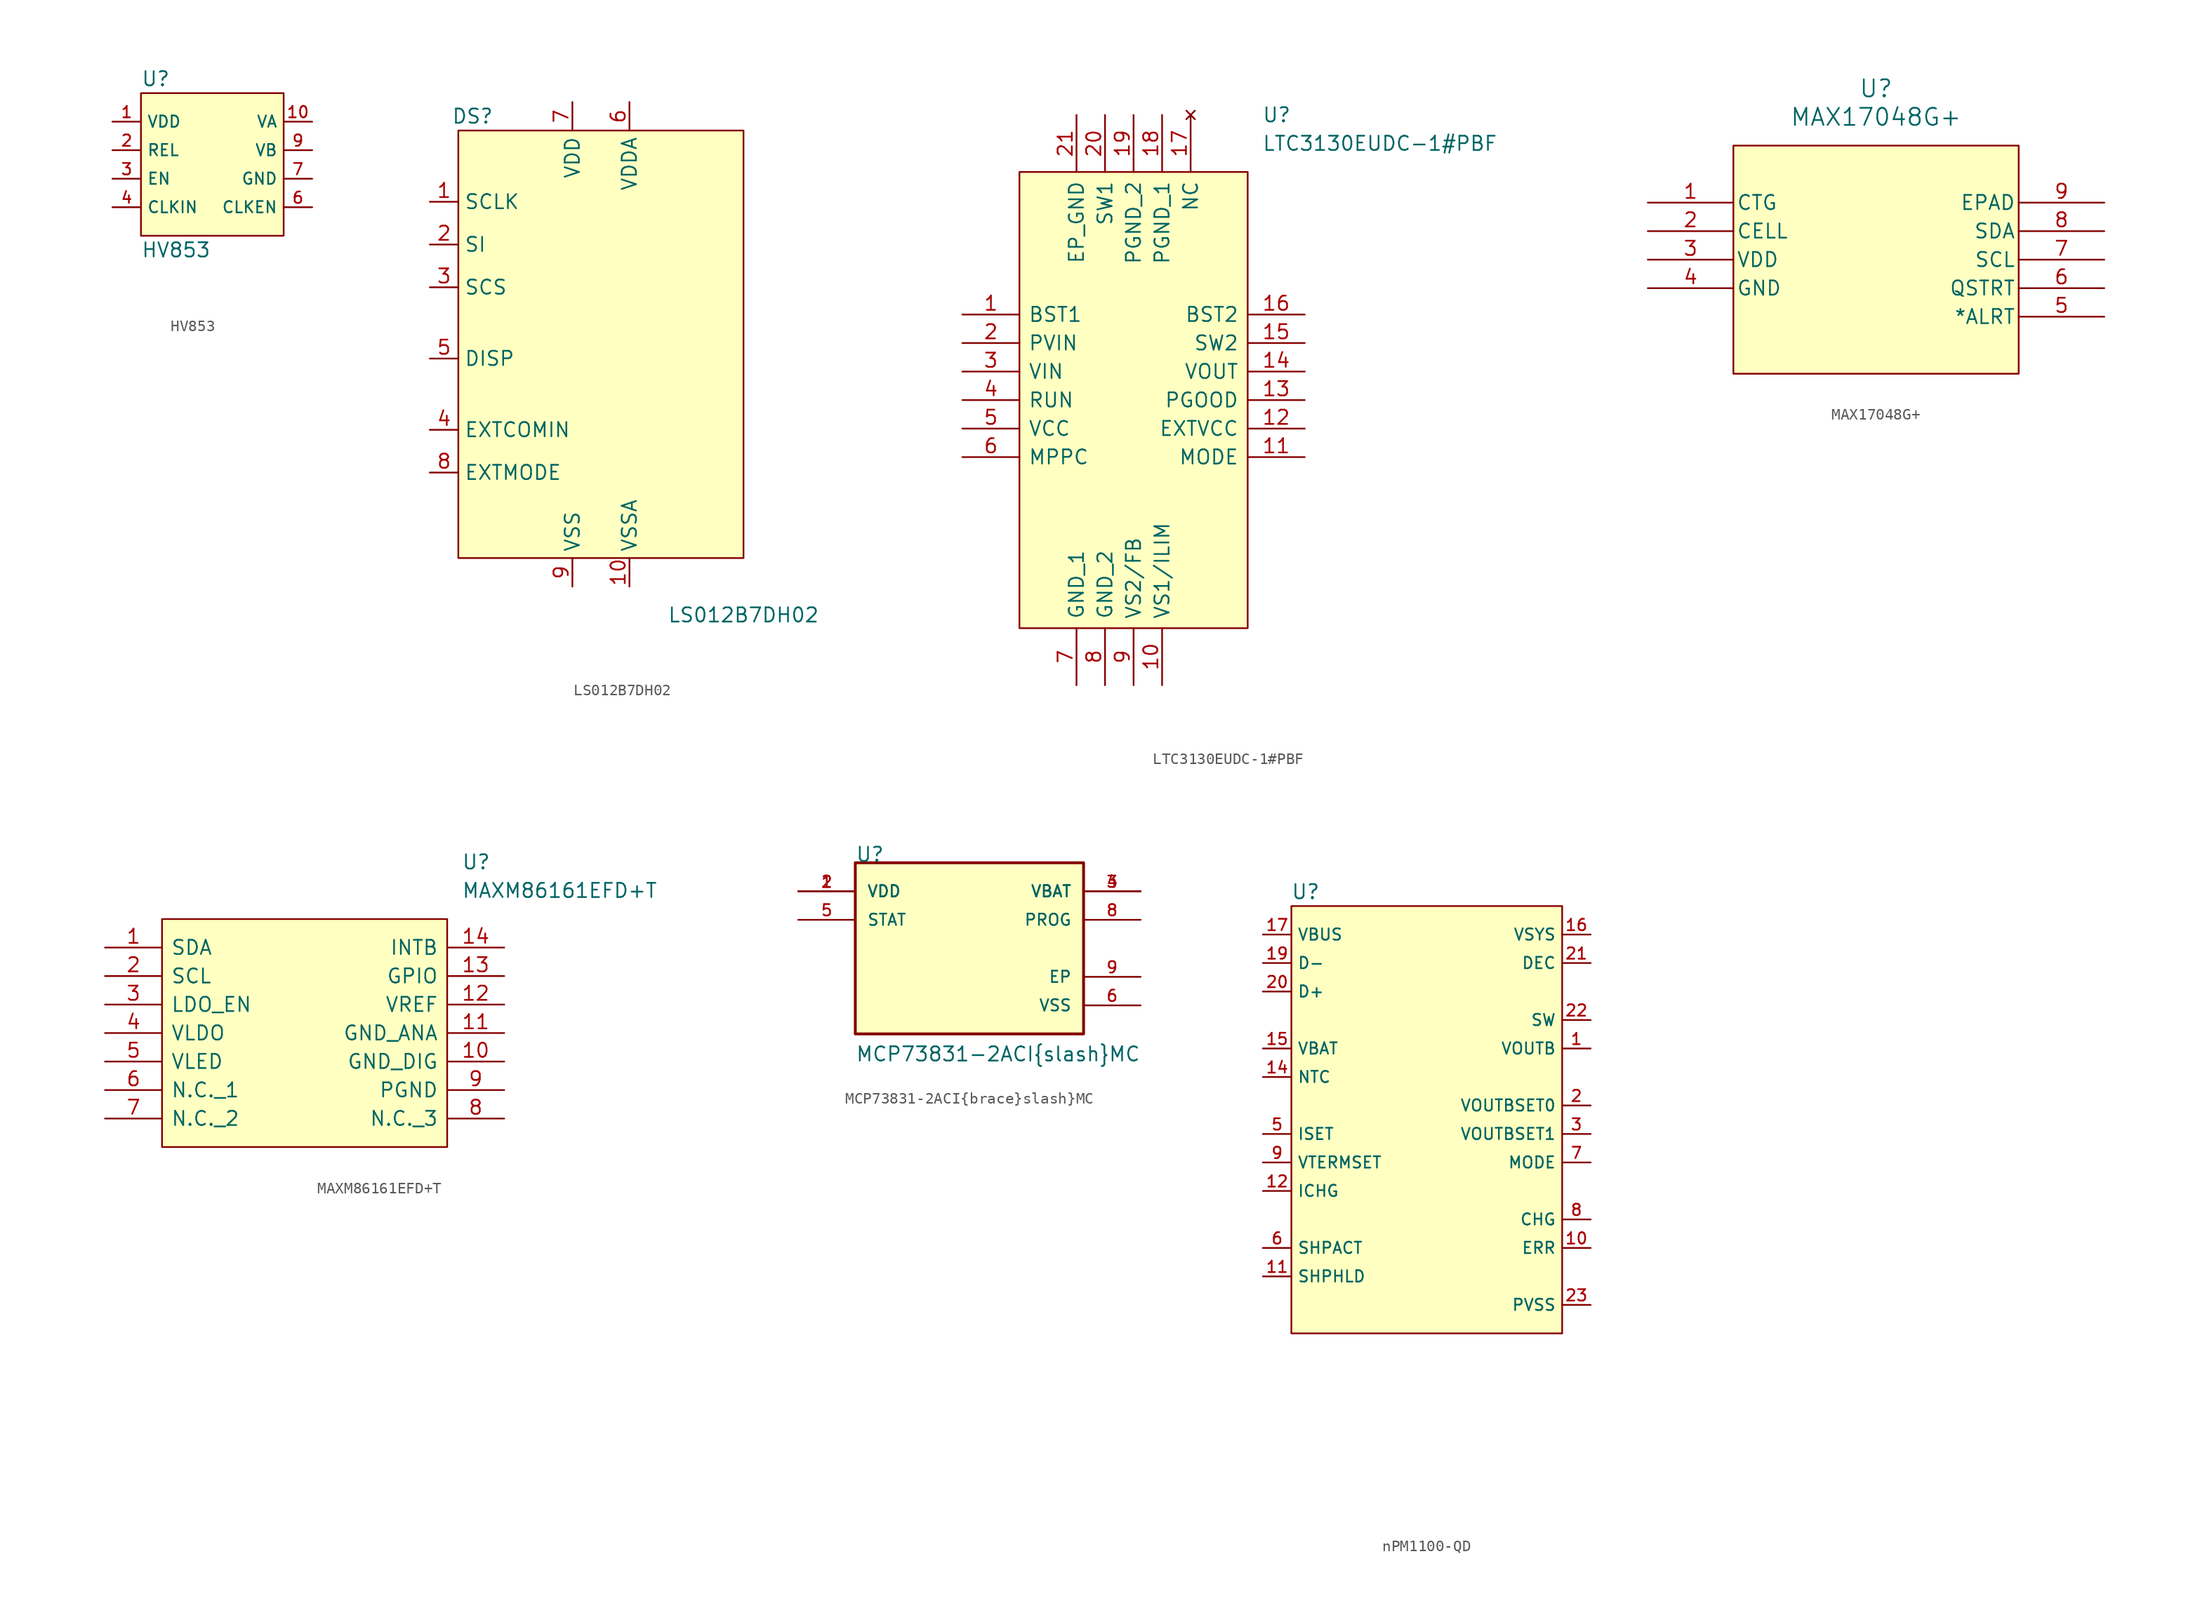
<source format=kicad_sym>
(kicad_symbol_lib
  (version 20220914)
  (generator kicad_symbol_editor)
  (symbol "HV853"
    (property "Reference" "U"
      (at -6.35 7.62 0)
      (effects (font (size 1.27 1.27)) (justify left)))
    (property "Value" "HV853"
      (at -6.35 -7.62 0)
      (effects (font (size 1.27 1.27)) (justify left)))
    (symbol "HV853_0_1"
      (rectangle (start -6.35 6.35) (end 6.35 -6.35) (stroke (width 0) (type default)) (fill (type background))))
    (symbol "HV853_1_1"
      (pin power_in line (at -8.89 3.81 0) (length 2.54) (name "VDD" (effects (font (size 1.016 1.016)))) (number "1" (effects (font (size 1.016 1.016)))))
      (pin output line (at 8.89 3.81 180) (length 2.54) (name "VA" (effects (font (size 1.016 1.016)))) (number "10" (effects (font (size 1.016 1.016)))))
      (pin input line (at -8.89 1.27 0) (length 2.54) (name "REL" (effects (font (size 1.016 1.016)))) (number "2" (effects (font (size 1.016 1.016)))))
      (pin input line (at -8.89 -1.27 0) (length 2.54) (name "EN" (effects (font (size 1.016 1.016)))) (number "3" (effects (font (size 1.016 1.016)))))
      (pin input line (at -8.89 -3.81 0) (length 2.54) (name "CLKIN" (effects (font (size 1.016 1.016)))) (number "4" (effects (font (size 1.016 1.016)))))
      (pin no_connect line (at -10.16 -11.43 180) (length 2.54) hide (name "NC" (effects (font (size 1.016 1.016)))) (number "5" (effects (font (size 1.016 1.016)))))
      (pin input line (at 8.89 -3.81 180) (length 2.54) (name "CLKEN" (effects (font (size 1.016 1.016)))) (number "6" (effects (font (size 1.016 1.016)))))
      (pin power_in line (at 8.89 -1.27 180) (length 2.54) (name "GND" (effects (font (size 1.016 1.016)))) (number "7" (effects (font (size 1.016 1.016)))))
      (pin power_in line (at 8.89 -1.27 180) (length 2.54) hide (name "GND" (effects (font (size 1.016 1.016)))) (number "8" (effects (font (size 1.016 1.016)))))
      (pin output line (at 8.89 1.27 180) (length 2.54) (name "VB" (effects (font (size 1.016 1.016)))) (number "9" (effects (font (size 1.016 1.016)))))))
  (symbol "LS012B7DH02"
    (property "Reference" "DS"
      (at -11.43 20.32 0)
      (effects (font (size 1.27 1.27))))
    (property "Value" "LS012B7DH02"
      (at 12.7 -24.13 0)
      (effects (font (size 1.27 1.27))))
    (symbol "LS012B7DH02_0_1"
      (rectangle (start -12.7 19.05) (end 12.7 -19.05) (stroke (width 0) (type default)) (fill (type background))))
    (symbol "LS012B7DH02_1_1"
      (pin input line (at -15.24 12.7 0) (length 2.54) (name "SCLK" (effects (font (size 1.27 1.27)))) (number "1" (effects (font (size 1.27 1.27)))))
      (pin input line (at 2.54 -21.59 90) (length 2.54) (name "VSSA" (effects (font (size 1.27 1.27)))) (number "10" (effects (font (size 1.27 1.27)))))
      (pin input line (at -15.24 8.89 0) (length 2.54) (name "SI" (effects (font (size 1.27 1.27)))) (number "2" (effects (font (size 1.27 1.27)))))
      (pin input line (at -15.24 5.08 0) (length 2.54) (name "SCS" (effects (font (size 1.27 1.27)))) (number "3" (effects (font (size 1.27 1.27)))))
      (pin input line (at -15.24 -7.62 0) (length 2.54) (name "EXTCOMIN" (effects (font (size 1.27 1.27)))) (number "4" (effects (font (size 1.27 1.27)))))
      (pin input line (at -15.24 -1.27 0) (length 2.54) (name "DISP" (effects (font (size 1.27 1.27)))) (number "5" (effects (font (size 1.27 1.27)))))
      (pin input line (at 2.54 21.59 270) (length 2.54) (name "VDDA" (effects (font (size 1.27 1.27)))) (number "6" (effects (font (size 1.27 1.27)))))
      (pin input line (at -2.54 21.59 270) (length 2.54) (name "VDD" (effects (font (size 1.27 1.27)))) (number "7" (effects (font (size 1.27 1.27)))))
      (pin input line (at -15.24 -11.43 0) (length 2.54) (name "EXTMODE" (effects (font (size 1.27 1.27)))) (number "8" (effects (font (size 1.27 1.27)))))
      (pin input line (at -2.54 -21.59 90) (length 2.54) (name "VSS" (effects (font (size 1.27 1.27)))) (number "9" (effects (font (size 1.27 1.27)))))))
  (symbol "LTC3130EUDC-1#PBF"
    (pin_names
      (offset 0.762))
    (property "Reference" "U"
      (at 26.67 17.78 0)
      (effects (font (size 1.27 1.27)) (justify left)))
    (property "Value" "LTC3130EUDC-1#PBF"
      (at 26.67 15.24 0)
      (effects (font (size 1.27 1.27)) (justify left)))
    (symbol "LTC3130EUDC-1#PBF_0_0"
      (pin passive line (at 0 0 0) (length 5.08) (name "BST1" (effects (font (size 1.27 1.27)))) (number "1" (effects (font (size 1.27 1.27)))))
      (pin passive line (at 17.78 -33.02 90) (length 5.08) (name "VS1/ILIM" (effects (font (size 1.27 1.27)))) (number "10" (effects (font (size 1.27 1.27)))))
      (pin passive line (at 30.48 -12.7 180) (length 5.08) (name "MODE" (effects (font (size 1.27 1.27)))) (number "11" (effects (font (size 1.27 1.27)))))
      (pin passive line (at 30.48 -10.16 180) (length 5.08) (name "EXTVCC" (effects (font (size 1.27 1.27)))) (number "12" (effects (font (size 1.27 1.27)))))
      (pin passive line (at 30.48 -7.62 180) (length 5.08) (name "PGOOD" (effects (font (size 1.27 1.27)))) (number "13" (effects (font (size 1.27 1.27)))))
      (pin passive line (at 30.48 -5.08 180) (length 5.08) (name "VOUT" (effects (font (size 1.27 1.27)))) (number "14" (effects (font (size 1.27 1.27)))))
      (pin passive line (at 30.48 -2.54 180) (length 5.08) (name "SW2" (effects (font (size 1.27 1.27)))) (number "15" (effects (font (size 1.27 1.27)))))
      (pin passive line (at 30.48 0 180) (length 5.08) (name "BST2" (effects (font (size 1.27 1.27)))) (number "16" (effects (font (size 1.27 1.27)))))
      (pin no_connect line (at 20.32 17.78 270) (length 5.08) (name "NC" (effects (font (size 1.27 1.27)))) (number "17" (effects (font (size 1.27 1.27)))))
      (pin passive line (at 17.78 17.78 270) (length 5.08) (name "PGND_1" (effects (font (size 1.27 1.27)))) (number "18" (effects (font (size 1.27 1.27)))))
      (pin passive line (at 15.24 17.78 270) (length 5.08) (name "PGND_2" (effects (font (size 1.27 1.27)))) (number "19" (effects (font (size 1.27 1.27)))))
      (pin passive line (at 0 -2.54 0) (length 5.08) (name "PVIN" (effects (font (size 1.27 1.27)))) (number "2" (effects (font (size 1.27 1.27)))))
      (pin passive line (at 12.7 17.78 270) (length 5.08) (name "SW1" (effects (font (size 1.27 1.27)))) (number "20" (effects (font (size 1.27 1.27)))))
      (pin passive line (at 10.16 17.78 270) (length 5.08) (name "EP_GND" (effects (font (size 1.27 1.27)))) (number "21" (effects (font (size 1.27 1.27)))))
      (pin passive line (at 0 -5.08 0) (length 5.08) (name "VIN" (effects (font (size 1.27 1.27)))) (number "3" (effects (font (size 1.27 1.27)))))
      (pin passive line (at 0 -7.62 0) (length 5.08) (name "RUN" (effects (font (size 1.27 1.27)))) (number "4" (effects (font (size 1.27 1.27)))))
      (pin passive line (at 0 -10.16 0) (length 5.08) (name "VCC" (effects (font (size 1.27 1.27)))) (number "5" (effects (font (size 1.27 1.27)))))
      (pin passive line (at 0 -12.7 0) (length 5.08) (name "MPPC" (effects (font (size 1.27 1.27)))) (number "6" (effects (font (size 1.27 1.27)))))
      (pin passive line (at 10.16 -33.02 90) (length 5.08) (name "GND_1" (effects (font (size 1.27 1.27)))) (number "7" (effects (font (size 1.27 1.27)))))
      (pin passive line (at 12.7 -33.02 90) (length 5.08) (name "GND_2" (effects (font (size 1.27 1.27)))) (number "8" (effects (font (size 1.27 1.27)))))
      (pin passive line (at 15.24 -33.02 90) (length 5.08) (name "VS2/FB" (effects (font (size 1.27 1.27)))) (number "9" (effects (font (size 1.27 1.27))))))
    (symbol "LTC3130EUDC-1#PBF_0_1"
      (polyline (pts (xy 5.08 12.7) (xy 25.4 12.7) (xy 25.4 -27.94) (xy 5.08 -27.94) (xy 5.08 12.7)) (stroke (width 0.152) (type default)) (fill (type background)))))
  (symbol "MAX17048G+"
    (pin_names
      (offset 0.254))
    (property "Reference" "U"
      (at 20.32 10.16 0)
      (effects (font (size 1.524 1.524))))
    (property "Value" "MAX17048G+"
      (at 20.32 7.62 0)
      (effects (font (size 1.524 1.524))))
    (property "Datasheet" ""
      (at 0 0 0)
      (effects (font (size 1.524 1.524))))
    (property "ki_locked" ""
      (at 0 0 0)
      (effects (font (size 1.27 1.27))))
    (symbol "MAX17048G+_1_1"
      (rectangle (start 7.62 5.08) (end 33.02 -15.24) (stroke (width 0) (type default)) (fill (type background)))
      (pin unspecified line (at 0 0 0) (length 7.62) (name "CTG" (effects (font (size 1.27 1.27)))) (number "1" (effects (font (size 1.27 1.27)))))
      (pin unspecified line (at 0 -2.54 0) (length 7.62) (name "CELL" (effects (font (size 1.27 1.27)))) (number "2" (effects (font (size 1.27 1.27)))))
      (pin power_in line (at 0 -5.08 0) (length 7.62) (name "VDD" (effects (font (size 1.27 1.27)))) (number "3" (effects (font (size 1.27 1.27)))))
      (pin power_in line (at 0 -7.62 0) (length 7.62) (name "GND" (effects (font (size 1.27 1.27)))) (number "4" (effects (font (size 1.27 1.27)))))
      (pin output line (at 40.64 -10.16 180) (length 7.62) (name "*ALRT" (effects (font (size 1.27 1.27)))) (number "5" (effects (font (size 1.27 1.27)))))
      (pin input line (at 40.64 -7.62 180) (length 7.62) (name "QSTRT" (effects (font (size 1.27 1.27)))) (number "6" (effects (font (size 1.27 1.27)))))
      (pin input line (at 40.64 -5.08 180) (length 7.62) (name "SCL" (effects (font (size 1.27 1.27)))) (number "7" (effects (font (size 1.27 1.27)))))
      (pin bidirectional line (at 40.64 -2.54 180) (length 7.62) (name "SDA" (effects (font (size 1.27 1.27)))) (number "8" (effects (font (size 1.27 1.27)))))
      (pin unspecified line (at 40.64 0 180) (length 7.62) (name "EPAD" (effects (font (size 1.27 1.27)))) (number "9" (effects (font (size 1.27 1.27)))))))
  (symbol "MAXM86161EFD+T"
    (pin_names
      (offset 0.762))
    (property "Reference" "U"
      (at 31.75 7.62 0)
      (effects (font (size 1.27 1.27)) (justify left)))
    (property "Value" "MAXM86161EFD+T"
      (at 31.75 5.08 0)
      (effects (font (size 1.27 1.27)) (justify left)))
    (symbol "MAXM86161EFD+T_0_0"
      (pin passive line (at 0 0 0) (length 5.08) (name "SDA" (effects (font (size 1.27 1.27)))) (number "1" (effects (font (size 1.27 1.27)))))
      (pin passive line (at 35.56 -10.16 180) (length 5.08) (name "GND_DIG" (effects (font (size 1.27 1.27)))) (number "10" (effects (font (size 1.27 1.27)))))
      (pin passive line (at 35.56 -7.62 180) (length 5.08) (name "GND_ANA" (effects (font (size 1.27 1.27)))) (number "11" (effects (font (size 1.27 1.27)))))
      (pin passive line (at 35.56 -5.08 180) (length 5.08) (name "VREF" (effects (font (size 1.27 1.27)))) (number "12" (effects (font (size 1.27 1.27)))))
      (pin passive line (at 35.56 -2.54 180) (length 5.08) (name "GPIO" (effects (font (size 1.27 1.27)))) (number "13" (effects (font (size 1.27 1.27)))))
      (pin passive line (at 35.56 0 180) (length 5.08) (name "INTB" (effects (font (size 1.27 1.27)))) (number "14" (effects (font (size 1.27 1.27)))))
      (pin passive line (at 0 -2.54 0) (length 5.08) (name "SCL" (effects (font (size 1.27 1.27)))) (number "2" (effects (font (size 1.27 1.27)))))
      (pin passive line (at 0 -5.08 0) (length 5.08) (name "LDO_EN" (effects (font (size 1.27 1.27)))) (number "3" (effects (font (size 1.27 1.27)))))
      (pin passive line (at 0 -7.62 0) (length 5.08) (name "VLDO" (effects (font (size 1.27 1.27)))) (number "4" (effects (font (size 1.27 1.27)))))
      (pin passive line (at 0 -10.16 0) (length 5.08) (name "VLED" (effects (font (size 1.27 1.27)))) (number "5" (effects (font (size 1.27 1.27)))))
      (pin passive line (at 0 -12.7 0) (length 5.08) (name "N.C._1" (effects (font (size 1.27 1.27)))) (number "6" (effects (font (size 1.27 1.27)))))
      (pin passive line (at 0 -15.24 0) (length 5.08) (name "N.C._2" (effects (font (size 1.27 1.27)))) (number "7" (effects (font (size 1.27 1.27)))))
      (pin passive line (at 35.56 -15.24 180) (length 5.08) (name "N.C._3" (effects (font (size 1.27 1.27)))) (number "8" (effects (font (size 1.27 1.27)))))
      (pin passive line (at 35.56 -12.7 180) (length 5.08) (name "PGND" (effects (font (size 1.27 1.27)))) (number "9" (effects (font (size 1.27 1.27))))))
    (symbol "MAXM86161EFD+T_0_1"
      (polyline (pts (xy 5.08 2.54) (xy 30.48 2.54) (xy 30.48 -17.78) (xy 5.08 -17.78) (xy 5.08 2.54)) (stroke (width 0.152) (type default)) (fill (type background)))))
  (symbol "MCP73831-2ACI{brace}slash}MC"
    (pin_names
      (offset 1.016))
    (property "Reference" "U"
      (at -10.16 7.62 0)
      (effects (font (size 1.27 1.27)) (justify left bottom)))
    (property "Value" "MCP73831-2ACI{brace}slash}MC"
      (at -10.16 -10.16 0)
      (effects (font (size 1.27 1.27)) (justify left bottom)))
    (symbol "MCP73831-2ACI{brace}slash}MC_0_0"
      (rectangle (start -10.16 -7.62) (end 10.16 7.62) (stroke (width 0.254) (type default)) (fill (type background)))
      (pin power_in line (at -15.24 5.08 0) (length 5.08) (name "VDD" (effects (font (size 1.016 1.016)))) (number "1" (effects (font (size 1.016 1.016)))))
      (pin power_in line (at -15.24 5.08 0) (length 5.08) (name "VDD" (effects (font (size 1.016 1.016)))) (number "2" (effects (font (size 1.016 1.016)))))
      (pin output line (at 15.24 5.08 180) (length 5.08) (name "VBAT" (effects (font (size 1.016 1.016)))) (number "3" (effects (font (size 1.016 1.016)))))
      (pin output line (at 15.24 5.08 180) (length 5.08) (name "VBAT" (effects (font (size 1.016 1.016)))) (number "4" (effects (font (size 1.016 1.016)))))
      (pin output line (at -15.24 2.54 0) (length 5.08) (name "STAT" (effects (font (size 1.016 1.016)))) (number "5" (effects (font (size 1.016 1.016)))))
      (pin power_in line (at 15.24 -5.08 180) (length 5.08) (name "VSS" (effects (font (size 1.016 1.016)))) (number "6" (effects (font (size 1.016 1.016)))))
      (pin input line (at 15.24 2.54 180) (length 5.08) (name "PROG" (effects (font (size 1.016 1.016)))) (number "8" (effects (font (size 1.016 1.016)))))
      (pin power_in line (at 15.24 -2.54 180) (length 5.08) (name "EP" (effects (font (size 1.016 1.016)))) (number "9" (effects (font (size 1.016 1.016)))))))
  (symbol "nPM1100-QD"
    (property "Reference" "U"
      (at 3.81 3.81 0)
      (effects (font (size 1.27 1.27))))
    (property "Value" ""
      (at 1.27 0 0)
      (effects (font (size 1.27 1.27))))
    (symbol "nPM1100-QD_1_1"
      (rectangle (start 2.54 2.54) (end 26.67 -35.56) (stroke (width 0) (type default)) (fill (type background)))
      (pin power_out line (at 29.21 -10.16 180) (length 2.54) (name "VOUTB" (effects (font (size 1.016 1.016)))) (number "1" (effects (font (size 1.016 1.016)))))
      (pin open_collector line (at 29.21 -27.94 180) (length 2.54) (name "ERR" (effects (font (size 1.016 1.016)))) (number "10" (effects (font (size 1.016 1.016)))))
      (pin input line (at 0 -30.48 0) (length 2.54) (name "SHPHLD" (effects (font (size 1.016 1.016)))) (number "11" (effects (font (size 1.016 1.016)))))
      (pin input line (at 0 -22.86 0) (length 2.54) (name "ICHG" (effects (font (size 1.016 1.016)))) (number "12" (effects (font (size 1.016 1.016)))))
      (pin no_connect line (at 10.16 -45.72 180) (length 2.54) hide (name "NC" (effects (font (size 1.016 1.016)))) (number "13" (effects (font (size 1.016 1.016)))))
      (pin input line (at 0 -12.7 0) (length 2.54) (name "NTC" (effects (font (size 1.016 1.016)))) (number "14" (effects (font (size 1.016 1.016)))))
      (pin power_in line (at 0 -10.16 0) (length 2.54) (name "VBAT" (effects (font (size 1.016 1.016)))) (number "15" (effects (font (size 1.016 1.016)))))
      (pin power_out line (at 29.21 0 180) (length 2.54) (name "VSYS" (effects (font (size 1.016 1.016)))) (number "16" (effects (font (size 1.016 1.016)))))
      (pin power_in line (at 0 0 0) (length 2.54) (name "VBUS" (effects (font (size 1.016 1.016)))) (number "17" (effects (font (size 1.016 1.016)))))
      (pin no_connect line (at 10.16 -48.26 180) (length 2.54) hide (name "NC" (effects (font (size 1.016 1.016)))) (number "18" (effects (font (size 1.016 1.016)))))
      (pin input line (at 0 -2.54 0) (length 2.54) (name "D-" (effects (font (size 1.016 1.016)))) (number "19" (effects (font (size 1.016 1.016)))))
      (pin input line (at 29.21 -15.24 180) (length 2.54) (name "VOUTBSET0" (effects (font (size 1.016 1.016)))) (number "2" (effects (font (size 1.016 1.016)))))
      (pin input line (at 0 -5.08 0) (length 2.54) (name "D+" (effects (font (size 1.016 1.016)))) (number "20" (effects (font (size 1.016 1.016)))))
      (pin power_out line (at 29.21 -2.54 180) (length 2.54) (name "DEC" (effects (font (size 1.016 1.016)))) (number "21" (effects (font (size 1.016 1.016)))))
      (pin power_out line (at 29.21 -7.62 180) (length 2.54) (name "SW" (effects (font (size 1.016 1.016)))) (number "22" (effects (font (size 1.016 1.016)))))
      (pin power_in line (at 29.21 -33.02 180) (length 2.54) (name "PVSS" (effects (font (size 1.016 1.016)))) (number "23" (effects (font (size 1.016 1.016)))))
      (pin input line (at 29.21 -17.78 180) (length 2.54) (name "VOUTBSET1" (effects (font (size 1.016 1.016)))) (number "3" (effects (font (size 1.016 1.016)))))
      (pin no_connect line (at 10.16 -43.18 180) (length 2.54) hide (name "NC" (effects (font (size 1.016 1.016)))) (number "4" (effects (font (size 1.016 1.016)))))
      (pin input line (at 0 -17.78 0) (length 2.54) (name "ISET" (effects (font (size 1.016 1.016)))) (number "5" (effects (font (size 1.016 1.016)))))
      (pin input line (at 0 -27.94 0) (length 2.54) (name "SHPACT" (effects (font (size 1.016 1.016)))) (number "6" (effects (font (size 1.016 1.016)))))
      (pin input line (at 29.21 -20.32 180) (length 2.54) (name "MODE" (effects (font (size 1.016 1.016)))) (number "7" (effects (font (size 1.016 1.016)))))
      (pin open_collector line (at 29.21 -25.4 180) (length 2.54) (name "CHG" (effects (font (size 1.016 1.016)))) (number "8" (effects (font (size 1.016 1.016)))))
      (pin input line (at 0 -20.32 0) (length 2.54) (name "VTERMSET" (effects (font (size 1.016 1.016)))) (number "9" (effects (font (size 1.016 1.016))))))))
</source>
